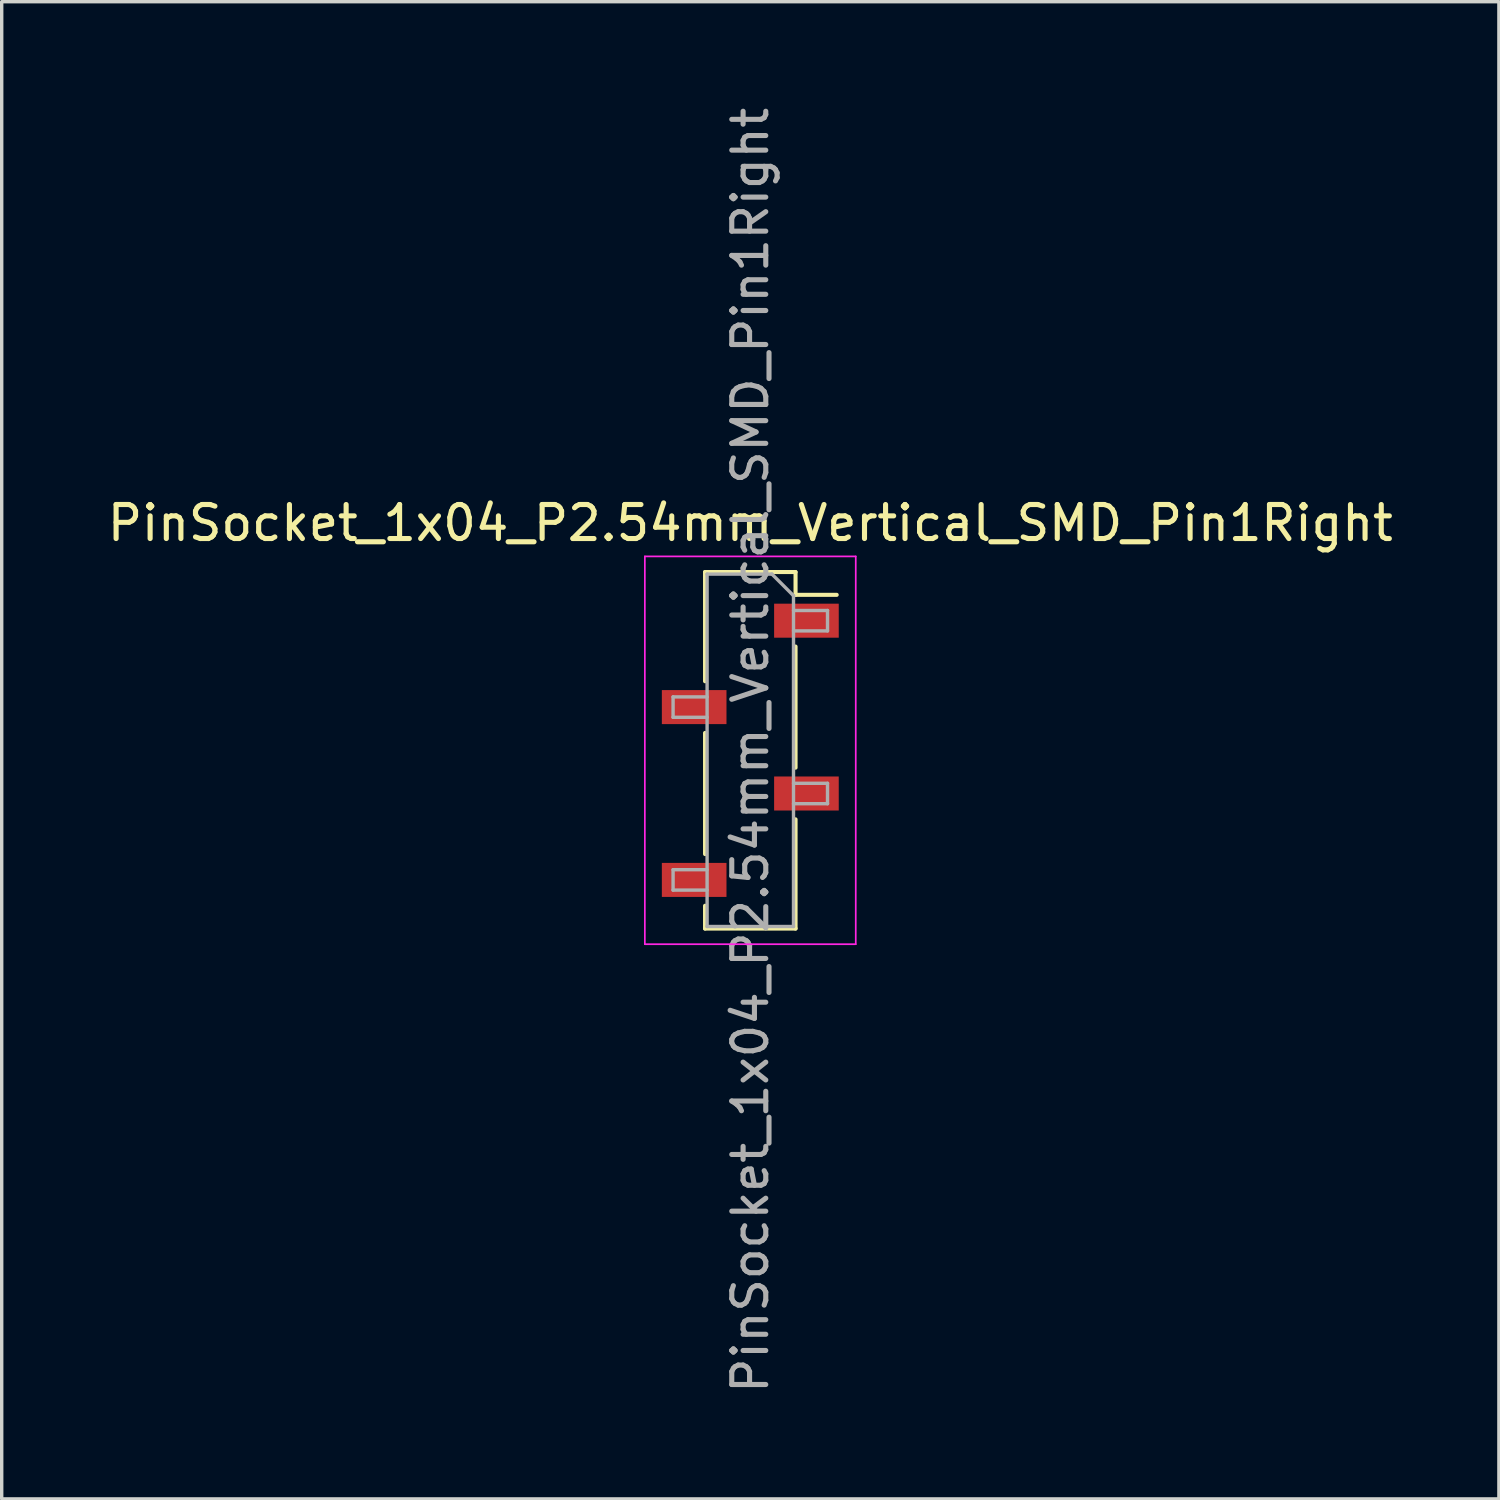
<source format=kicad_pcb>
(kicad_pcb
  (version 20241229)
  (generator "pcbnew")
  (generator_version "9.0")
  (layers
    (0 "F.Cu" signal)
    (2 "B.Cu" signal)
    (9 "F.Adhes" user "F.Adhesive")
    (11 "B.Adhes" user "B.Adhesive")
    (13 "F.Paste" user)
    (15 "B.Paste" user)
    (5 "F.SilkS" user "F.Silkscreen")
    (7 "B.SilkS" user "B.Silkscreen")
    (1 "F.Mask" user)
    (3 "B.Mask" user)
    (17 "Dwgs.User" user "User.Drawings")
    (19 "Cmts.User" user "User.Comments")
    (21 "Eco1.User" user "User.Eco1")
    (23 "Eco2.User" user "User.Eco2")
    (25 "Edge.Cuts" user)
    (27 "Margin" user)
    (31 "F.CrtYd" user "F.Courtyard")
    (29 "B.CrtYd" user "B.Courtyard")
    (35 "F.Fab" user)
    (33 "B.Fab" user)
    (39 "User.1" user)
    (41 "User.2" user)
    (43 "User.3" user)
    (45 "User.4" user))
  (footprint "PinSocket_1x04_P2.54mm_Vertical_SMD_Pin1Right"
    (layer "F.Cu")
    (at 19.006 19.006)
    (property "Reference" "PinSocket_1x04_P2.54mm_Vertical_SMD_Pin1Right" (at 0 -6.68 0) (layer "F.SilkS") (effects (font (size 1 1) (thickness 0.15))))
    (attr smd)
    (fp_line (start -1.33 -5.24) (end -1.33 -2.03) (stroke (width 0.12) (type solid)) (layer "F.SilkS"))
    (fp_line (start -1.33 -5.24) (end 1.33 -5.24) (stroke (width 0.12) (type solid)) (layer "F.SilkS"))
    (fp_line (start -1.33 -0.51) (end -1.33 3.05) (stroke (width 0.12) (type solid)) (layer "F.SilkS"))
    (fp_line (start -1.33 4.57) (end -1.33 5.24) (stroke (width 0.12) (type solid)) (layer "F.SilkS"))
    (fp_line (start -1.33 5.24) (end 1.33 5.24) (stroke (width 0.12) (type solid)) (layer "F.SilkS"))
    (fp_line (start 1.33 -5.24) (end 1.33 -4.57) (stroke (width 0.12) (type solid)) (layer "F.SilkS"))
    (fp_line (start 1.33 -4.57) (end 2.54 -4.57) (stroke (width 0.12) (type solid)) (layer "F.SilkS"))
    (fp_line (start 1.33 -3.05) (end 1.33 0.51) (stroke (width 0.12) (type solid)) (layer "F.SilkS"))
    (fp_line (start 1.33 2.03) (end 1.33 5.24) (stroke (width 0.12) (type solid)) (layer "F.SilkS"))
    (fp_line (start -3.1 -5.7) (end 3.1 -5.7) (stroke (width 0.05) (type solid)) (layer "F.CrtYd"))
    (fp_line (start -3.1 5.7) (end -3.1 -5.7) (stroke (width 0.05) (type solid)) (layer "F.CrtYd"))
    (fp_line (start 3.1 -5.7) (end 3.1 5.7) (stroke (width 0.05) (type solid)) (layer "F.CrtYd"))
    (fp_line (start 3.1 5.7) (end -3.1 5.7) (stroke (width 0.05) (type solid)) (layer "F.CrtYd"))
    (fp_line (start -2.27 -1.57) (end -1.27 -1.57) (stroke (width 0.1) (type solid)) (layer "F.Fab"))
    (fp_line (start -2.27 -0.97) (end -2.27 -1.57) (stroke (width 0.1) (type solid)) (layer "F.Fab"))
    (fp_line (start -2.27 3.51) (end -1.27 3.51) (stroke (width 0.1) (type solid)) (layer "F.Fab"))
    (fp_line (start -2.27 4.11) (end -2.27 3.51) (stroke (width 0.1) (type solid)) (layer "F.Fab"))
    (fp_line (start -1.27 -5.18) (end 0.635 -5.18) (stroke (width 0.1) (type solid)) (layer "F.Fab"))
    (fp_line (start -1.27 -0.97) (end -2.27 -0.97) (stroke (width 0.1) (type solid)) (layer "F.Fab"))
    (fp_line (start -1.27 4.11) (end -2.27 4.11) (stroke (width 0.1) (type solid)) (layer "F.Fab"))
    (fp_line (start -1.27 5.18) (end -1.27 -5.18) (stroke (width 0.1) (type solid)) (layer "F.Fab"))
    (fp_line (start 0.635 -5.18) (end 1.27 -4.545) (stroke (width 0.1) (type solid)) (layer "F.Fab"))
    (fp_line (start 1.27 -4.545) (end 1.27 5.18) (stroke (width 0.1) (type solid)) (layer "F.Fab"))
    (fp_line (start 1.27 -4.11) (end 2.27 -4.11) (stroke (width 0.1) (type solid)) (layer "F.Fab"))
    (fp_line (start 1.27 0.97) (end 2.27 0.97) (stroke (width 0.1) (type solid)) (layer "F.Fab"))
    (fp_line (start 1.27 5.18) (end -1.27 5.18) (stroke (width 0.1) (type solid)) (layer "F.Fab"))
    (fp_line (start 2.27 -4.11) (end 2.27 -3.51) (stroke (width 0.1) (type solid)) (layer "F.Fab"))
    (fp_line (start 2.27 -3.51) (end 1.27 -3.51) (stroke (width 0.1) (type solid)) (layer "F.Fab"))
    (fp_line (start 2.27 0.97) (end 2.27 1.57) (stroke (width 0.1) (type solid)) (layer "F.Fab"))
    (fp_line (start 2.27 1.57) (end 1.27 1.57) (stroke (width 0.1) (type solid)) (layer "F.Fab"))
    (fp_text user "${REFERENCE}" (at 0 0 90) (layer "F.Fab") (effects (font (size 1 1) (thickness 0.15))))
    (pad "1" smd rect (at 1.65 -3.81) (size 1.9 1) (layers "F.Cu" "F.Mask" "F.Paste"))
    (pad "2" smd rect (at -1.65 -1.27) (size 1.9 1) (layers "F.Cu" "F.Mask" "F.Paste"))
    (pad "3" smd rect (at 1.65 1.27) (size 1.9 1) (layers "F.Cu" "F.Mask" "F.Paste"))
    (pad "4" smd rect (at -1.65 3.81) (size 1.9 1) (layers "F.Cu" "F.Mask" "F.Paste")))
  (gr_rect
    (start -3 -3)
    (end 41.012 41.012)
    (stroke (width 0.1) (type default))
    (fill no)
    (layer "Edge.Cuts")))
</source>
